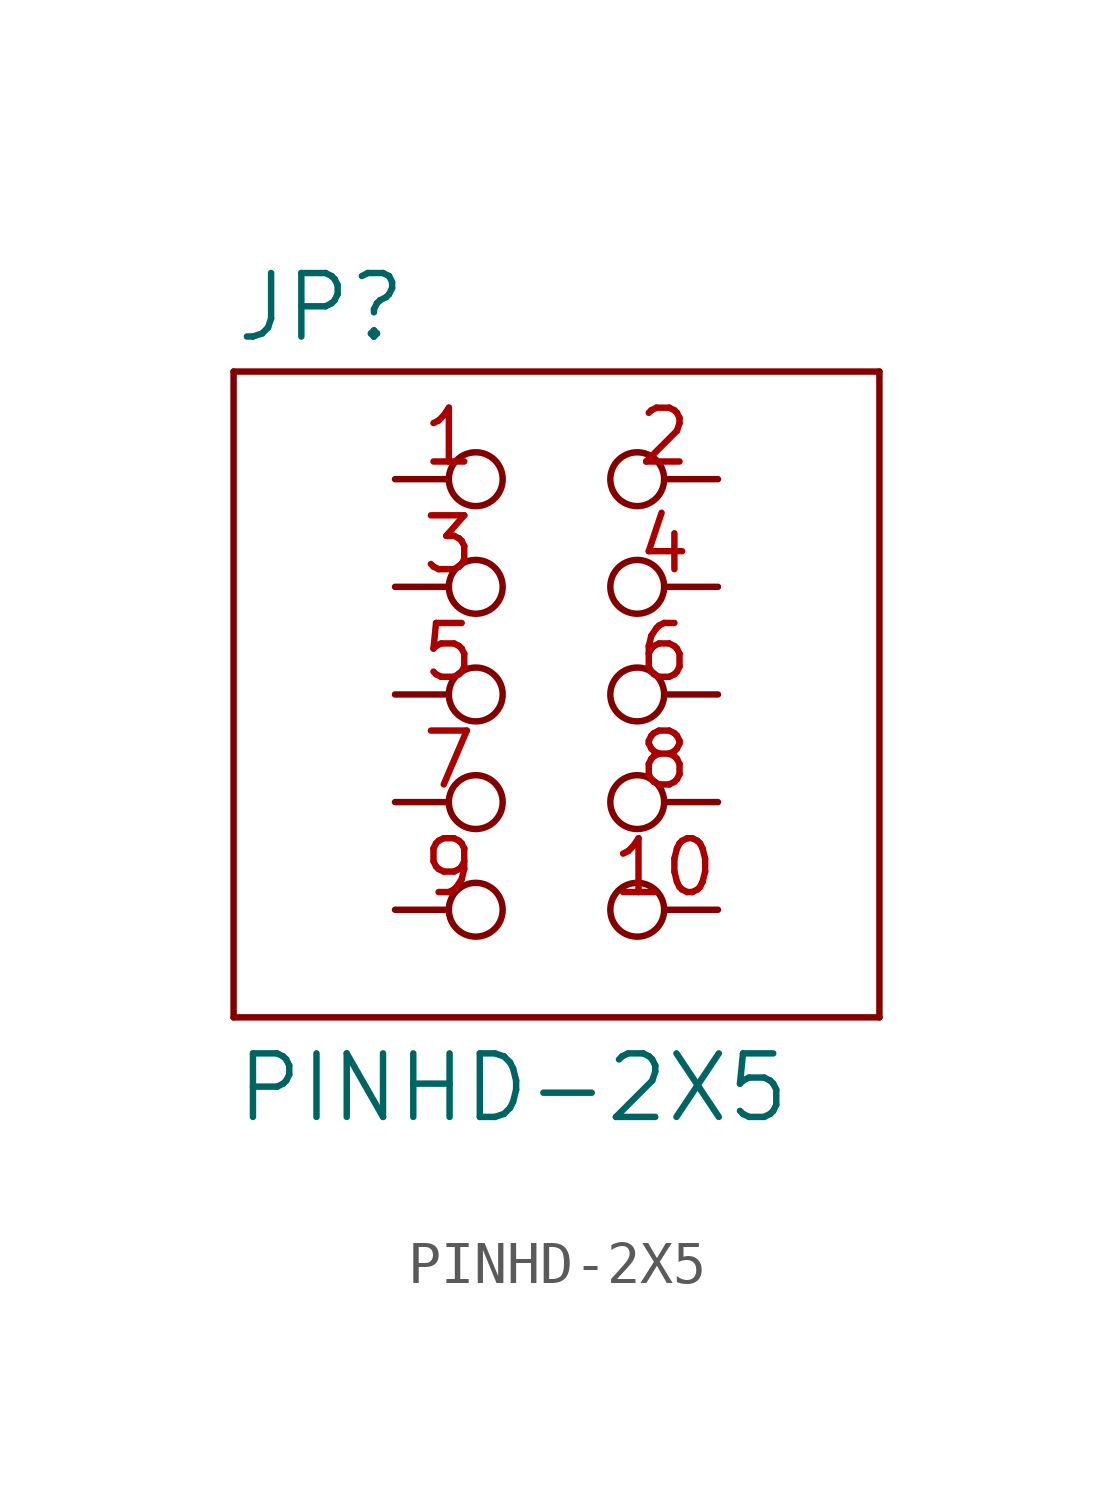
<source format=kicad_sym>
(kicad_symbol_lib
  (version 20211014)
  (generator kicad_symbol_editor)
  (symbol "PINHD-2X5"
    (pin_names
      (offset 1.016))
    (property "Reference" "JP"
      (at -6.35 8.255 0)
      (effects (font (size 1.499 1.499)) (justify left bottom)))
    (property "Value" "PINHD-2X5"
      (at -6.35 -10.16 0)
      (effects (font (size 1.499 1.499)) (justify left bottom)))
    (property "ki_locked" ""
      (at 0 0 0)
      (effects (font (size 1.27 1.27))))
    (symbol "PINHD-2X5_1_0"
      (polyline (pts (xy -6.35 -7.62) (xy 8.89 -7.62)) (stroke (width 0) (type default) (color 0 0 0 0)) (fill (type none)))
      (polyline (pts (xy -6.35 7.62) (xy -6.35 -7.62)) (stroke (width 0) (type default) (color 0 0 0 0)) (fill (type none)))
      (polyline (pts (xy 8.89 -7.62) (xy 8.89 7.62)) (stroke (width 0) (type default) (color 0 0 0 0)) (fill (type none)))
      (polyline (pts (xy 8.89 7.62) (xy -6.35 7.62)) (stroke (width 0) (type default) (color 0 0 0 0)) (fill (type none)))
      (pin passive inverted (at -2.54 5.08 0) (length 2.54) (name "1" (effects (font (size 0 0)))) (number "1" (effects (font (size 1.27 1.27)))))
      (pin passive inverted (at 5.08 -5.08 180) (length 2.54) (name "10" (effects (font (size 0 0)))) (number "10" (effects (font (size 1.27 1.27)))))
      (pin passive inverted (at 5.08 5.08 180) (length 2.54) (name "2" (effects (font (size 0 0)))) (number "2" (effects (font (size 1.27 1.27)))))
      (pin passive inverted (at -2.54 2.54 0) (length 2.54) (name "3" (effects (font (size 0 0)))) (number "3" (effects (font (size 1.27 1.27)))))
      (pin passive inverted (at 5.08 2.54 180) (length 2.54) (name "4" (effects (font (size 0 0)))) (number "4" (effects (font (size 1.27 1.27)))))
      (pin passive inverted (at -2.54 0 0) (length 2.54) (name "5" (effects (font (size 0 0)))) (number "5" (effects (font (size 1.27 1.27)))))
      (pin passive inverted (at 5.08 0 180) (length 2.54) (name "6" (effects (font (size 0 0)))) (number "6" (effects (font (size 1.27 1.27)))))
      (pin passive inverted (at -2.54 -2.54 0) (length 2.54) (name "7" (effects (font (size 0 0)))) (number "7" (effects (font (size 1.27 1.27)))))
      (pin passive inverted (at 5.08 -2.54 180) (length 2.54) (name "8" (effects (font (size 0 0)))) (number "8" (effects (font (size 1.27 1.27)))))
      (pin passive inverted (at -2.54 -5.08 0) (length 2.54) (name "9" (effects (font (size 0 0)))) (number "9" (effects (font (size 1.27 1.27))))))))
</source>
